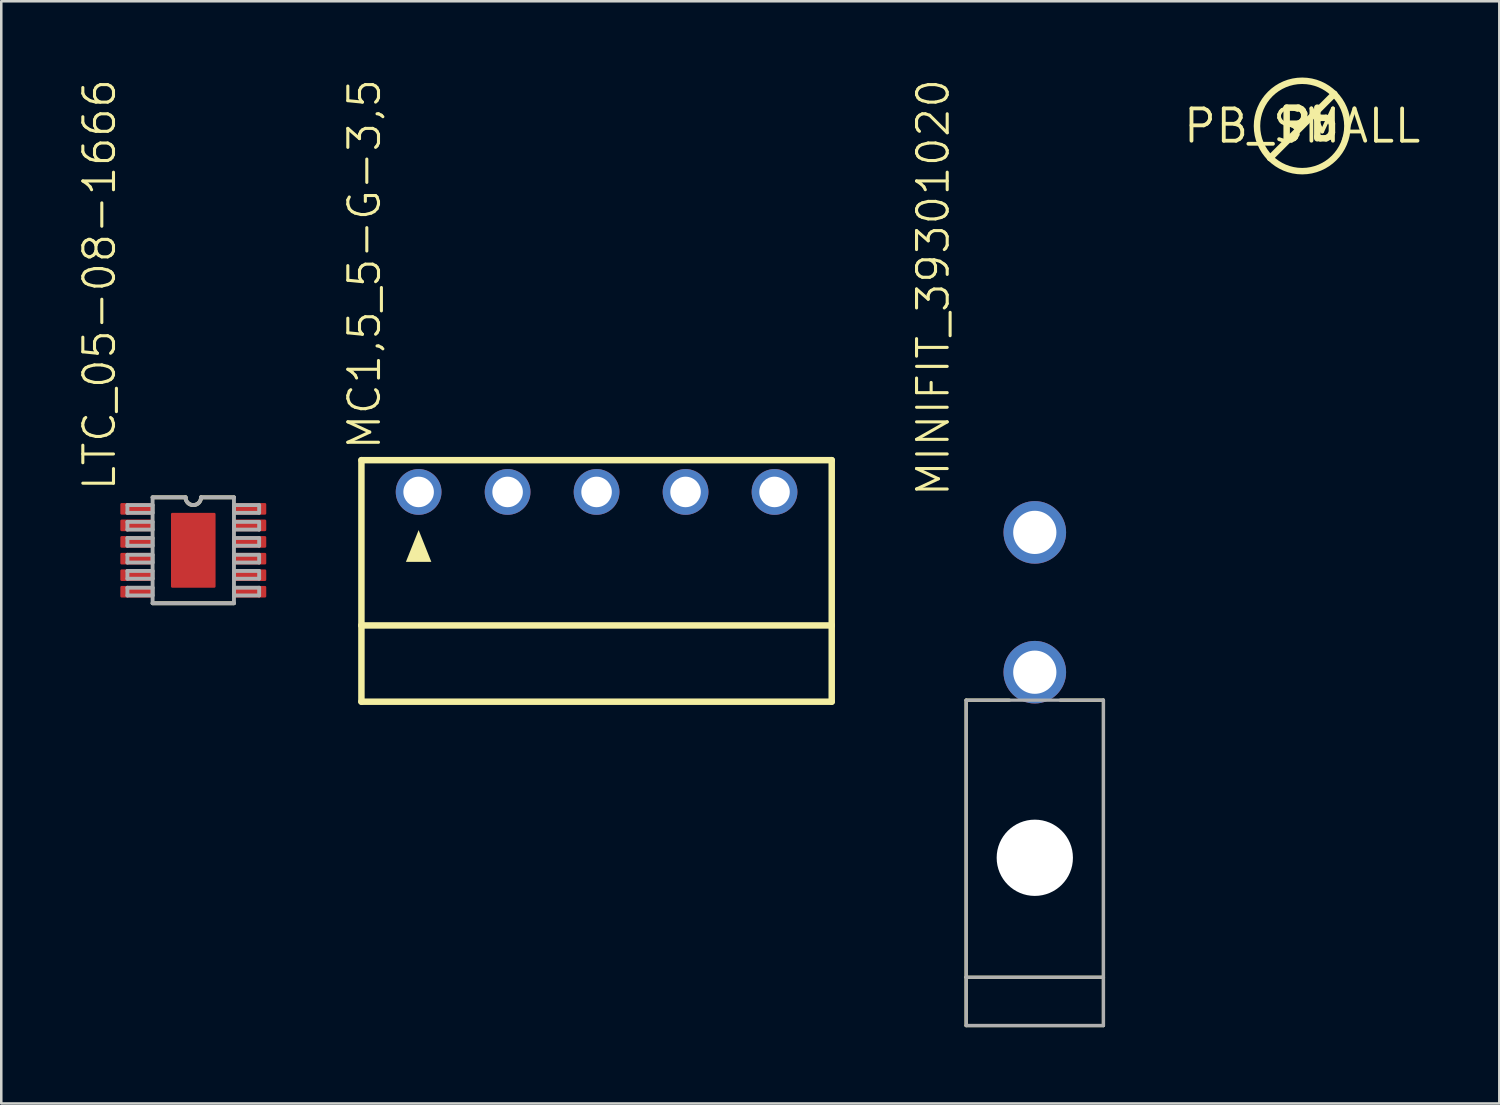
<source format=kicad_pcb>
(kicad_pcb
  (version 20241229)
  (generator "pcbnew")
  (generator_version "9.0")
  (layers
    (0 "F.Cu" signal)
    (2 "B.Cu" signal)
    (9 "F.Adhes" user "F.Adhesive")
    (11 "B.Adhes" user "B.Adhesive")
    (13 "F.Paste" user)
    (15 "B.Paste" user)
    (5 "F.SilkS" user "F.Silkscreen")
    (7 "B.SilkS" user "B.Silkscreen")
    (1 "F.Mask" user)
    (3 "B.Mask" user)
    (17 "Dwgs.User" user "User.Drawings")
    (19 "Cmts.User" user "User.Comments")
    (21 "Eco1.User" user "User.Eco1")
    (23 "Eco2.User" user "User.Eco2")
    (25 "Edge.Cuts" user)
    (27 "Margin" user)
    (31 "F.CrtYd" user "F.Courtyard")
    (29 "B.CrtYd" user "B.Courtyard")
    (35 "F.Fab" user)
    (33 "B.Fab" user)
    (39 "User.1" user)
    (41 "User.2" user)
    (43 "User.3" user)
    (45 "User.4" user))
  (footprint "LTC_05-08-1666"
    (layer "F.Cu")
    (at 4.553 18.596)
    (property "Reference" "LTC_05-08-1666" (at -2.985 -2.273 270) (layer "F.SilkS") (effects (font (size 1.206 1.206) (thickness 0.121)) (justify left bottom)))
    (attr through_hole)
    (fp_line (start -1.6 2.083) (end 1.6 2.083) (stroke (width 0.152) (type solid)) (layer "F.SilkS"))
    (fp_line (start -0.305 -2.083) (end -1.6 -2.083) (stroke (width 0.152) (type solid)) (layer "F.SilkS"))
    (fp_line (start 1.6 -2.083) (end 0.305 -2.083) (stroke (width 0.152) (type solid)) (layer "F.SilkS"))
    (fp_arc (start 0.3048 -2.0828) (mid 0 -1.778) (end -0.3048 -2.0828) (stroke (width 0.1524) (type solid)) (layer "F.SilkS"))
    (fp_line (start -2.591 -1.778) (end -2.591 -1.473) (stroke (width 0.152) (type solid)) (layer "F.Fab"))
    (fp_line (start -2.591 -1.473) (end -1.6 -1.473) (stroke (width 0.152) (type solid)) (layer "F.Fab"))
    (fp_line (start -2.591 -1.118) (end -2.591 -0.813) (stroke (width 0.152) (type solid)) (layer "F.Fab"))
    (fp_line (start -2.591 -0.813) (end -1.6 -0.813) (stroke (width 0.152) (type solid)) (layer "F.Fab"))
    (fp_line (start -2.591 -0.483) (end -2.591 -0.178) (stroke (width 0.152) (type solid)) (layer "F.Fab"))
    (fp_line (start -2.591 -0.178) (end -1.6 -0.178) (stroke (width 0.152) (type solid)) (layer "F.Fab"))
    (fp_line (start -2.591 0.178) (end -2.591 0.483) (stroke (width 0.152) (type solid)) (layer "F.Fab"))
    (fp_line (start -2.591 0.483) (end -1.6 0.483) (stroke (width 0.152) (type solid)) (layer "F.Fab"))
    (fp_line (start -2.591 0.813) (end -2.591 1.118) (stroke (width 0.152) (type solid)) (layer "F.Fab"))
    (fp_line (start -2.591 1.118) (end -1.6 1.118) (stroke (width 0.152) (type solid)) (layer "F.Fab"))
    (fp_line (start -2.591 1.473) (end -2.591 1.778) (stroke (width 0.152) (type solid)) (layer "F.Fab"))
    (fp_line (start -2.591 1.778) (end -1.6 1.778) (stroke (width 0.152) (type solid)) (layer "F.Fab"))
    (fp_line (start -1.6 -2.083) (end -1.6 2.083) (stroke (width 0.152) (type solid)) (layer "F.Fab"))
    (fp_line (start -1.6 -1.778) (end -2.591 -1.778) (stroke (width 0.152) (type solid)) (layer "F.Fab"))
    (fp_line (start -1.6 -1.473) (end -1.6 -1.778) (stroke (width 0.152) (type solid)) (layer "F.Fab"))
    (fp_line (start -1.6 -1.118) (end -2.591 -1.118) (stroke (width 0.152) (type solid)) (layer "F.Fab"))
    (fp_line (start -1.6 -0.813) (end -1.6 -1.118) (stroke (width 0.152) (type solid)) (layer "F.Fab"))
    (fp_line (start -1.6 -0.483) (end -2.591 -0.483) (stroke (width 0.152) (type solid)) (layer "F.Fab"))
    (fp_line (start -1.6 -0.178) (end -1.6 -0.483) (stroke (width 0.152) (type solid)) (layer "F.Fab"))
    (fp_line (start -1.6 0.178) (end -2.591 0.178) (stroke (width 0.152) (type solid)) (layer "F.Fab"))
    (fp_line (start -1.6 0.483) (end -1.6 0.178) (stroke (width 0.152) (type solid)) (layer "F.Fab"))
    (fp_line (start -1.6 0.813) (end -2.591 0.813) (stroke (width 0.152) (type solid)) (layer "F.Fab"))
    (fp_line (start -1.6 1.118) (end -1.6 0.813) (stroke (width 0.152) (type solid)) (layer "F.Fab"))
    (fp_line (start -1.6 1.473) (end -2.591 1.473) (stroke (width 0.152) (type solid)) (layer "F.Fab"))
    (fp_line (start -1.6 1.778) (end -1.6 1.473) (stroke (width 0.152) (type solid)) (layer "F.Fab"))
    (fp_line (start -1.6 2.083) (end 1.6 2.083) (stroke (width 0.152) (type solid)) (layer "F.Fab"))
    (fp_line (start -0.305 -2.083) (end -1.6 -2.083) (stroke (width 0.152) (type solid)) (layer "F.Fab"))
    (fp_line (start 1.6 -2.083) (end 0.305 -2.083) (stroke (width 0.152) (type solid)) (layer "F.Fab"))
    (fp_line (start 1.6 -1.778) (end 1.6 -1.473) (stroke (width 0.152) (type solid)) (layer "F.Fab"))
    (fp_line (start 1.6 -1.473) (end 2.591 -1.473) (stroke (width 0.152) (type solid)) (layer "F.Fab"))
    (fp_line (start 1.6 -1.118) (end 1.6 -0.813) (stroke (width 0.152) (type solid)) (layer "F.Fab"))
    (fp_line (start 1.6 -0.813) (end 2.591 -0.813) (stroke (width 0.152) (type solid)) (layer "F.Fab"))
    (fp_line (start 1.6 -0.483) (end 1.6 -0.178) (stroke (width 0.152) (type solid)) (layer "F.Fab"))
    (fp_line (start 1.6 -0.178) (end 2.591 -0.178) (stroke (width 0.152) (type solid)) (layer "F.Fab"))
    (fp_line (start 1.6 0.178) (end 1.6 0.483) (stroke (width 0.152) (type solid)) (layer "F.Fab"))
    (fp_line (start 1.6 0.483) (end 2.591 0.483) (stroke (width 0.152) (type solid)) (layer "F.Fab"))
    (fp_line (start 1.6 0.813) (end 1.6 1.118) (stroke (width 0.152) (type solid)) (layer "F.Fab"))
    (fp_line (start 1.6 1.118) (end 2.591 1.118) (stroke (width 0.152) (type solid)) (layer "F.Fab"))
    (fp_line (start 1.6 1.473) (end 1.6 1.778) (stroke (width 0.152) (type solid)) (layer "F.Fab"))
    (fp_line (start 1.6 1.778) (end 2.591 1.778) (stroke (width 0.152) (type solid)) (layer "F.Fab"))
    (fp_line (start 1.6 2.083) (end 1.6 -2.083) (stroke (width 0.152) (type solid)) (layer "F.Fab"))
    (fp_line (start 2.591 -1.778) (end 1.6 -1.778) (stroke (width 0.152) (type solid)) (layer "F.Fab"))
    (fp_line (start 2.591 -1.473) (end 2.591 -1.778) (stroke (width 0.152) (type solid)) (layer "F.Fab"))
    (fp_line (start 2.591 -1.118) (end 1.6 -1.118) (stroke (width 0.152) (type solid)) (layer "F.Fab"))
    (fp_line (start 2.591 -0.813) (end 2.591 -1.118) (stroke (width 0.152) (type solid)) (layer "F.Fab"))
    (fp_line (start 2.591 -0.483) (end 1.6 -0.483) (stroke (width 0.152) (type solid)) (layer "F.Fab"))
    (fp_line (start 2.591 -0.178) (end 2.591 -0.483) (stroke (width 0.152) (type solid)) (layer "F.Fab"))
    (fp_line (start 2.591 0.178) (end 1.6 0.178) (stroke (width 0.152) (type solid)) (layer "F.Fab"))
    (fp_line (start 2.591 0.483) (end 2.591 0.178) (stroke (width 0.152) (type solid)) (layer "F.Fab"))
    (fp_line (start 2.591 0.813) (end 1.6 0.813) (stroke (width 0.152) (type solid)) (layer "F.Fab"))
    (fp_line (start 2.591 1.118) (end 2.591 0.813) (stroke (width 0.152) (type solid)) (layer "F.Fab"))
    (fp_line (start 2.591 1.473) (end 1.6 1.473) (stroke (width 0.152) (type solid)) (layer "F.Fab"))
    (fp_line (start 2.591 1.778) (end 2.591 1.473) (stroke (width 0.152) (type solid)) (layer "F.Fab"))
    (fp_arc (start 0.3048 -2.0828) (mid 0 -1.778) (end -0.3048 -2.0828) (stroke (width 0.1524) (type solid)) (layer "F.Fab"))
    (pad "1" smd roundrect (at -2.235 -1.63) (size 1.27 0.457) (layers "F.Cu" "F.Mask" "F.Paste") (roundrect_rratio 0.111))
    (pad "2" smd roundrect (at -2.235 -0.98) (size 1.27 0.457) (layers "F.Cu" "F.Mask" "F.Paste") (roundrect_rratio 0.111))
    (pad "3" smd roundrect (at -2.235 -0.33) (size 1.27 0.457) (layers "F.Cu" "F.Mask" "F.Paste") (roundrect_rratio 0.111))
    (pad "4" smd roundrect (at -2.235 0.33) (size 1.27 0.457) (layers "F.Cu" "F.Mask" "F.Paste") (roundrect_rratio 0.111))
    (pad "5" smd roundrect (at -2.235 0.98) (size 1.27 0.457) (layers "F.Cu" "F.Mask" "F.Paste") (roundrect_rratio 0.111))
    (pad "6" smd roundrect (at -2.235 1.63) (size 1.27 0.457) (layers "F.Cu" "F.Mask" "F.Paste") (roundrect_rratio 0.111))
    (pad "7" smd roundrect (at 2.235 1.63 180) (size 1.27 0.457) (layers "F.Cu" "F.Mask" "F.Paste") (roundrect_rratio 0.111))
    (pad "8" smd roundrect (at 2.235 0.98 180) (size 1.27 0.457) (layers "F.Cu" "F.Mask" "F.Paste") (roundrect_rratio 0.111))
    (pad "9" smd roundrect (at 2.235 0.33 180) (size 1.27 0.457) (layers "F.Cu" "F.Mask" "F.Paste") (roundrect_rratio 0.111))
    (pad "10" smd roundrect (at 2.235 -0.33 180) (size 1.27 0.457) (layers "F.Cu" "F.Mask" "F.Paste") (roundrect_rratio 0.111))
    (pad "11" smd roundrect (at 2.235 -0.98 180) (size 1.27 0.457) (layers "F.Cu" "F.Mask" "F.Paste") (roundrect_rratio 0.111))
    (pad "12" smd roundrect (at 2.235 -1.63 180) (size 1.27 0.457) (layers "F.Cu" "F.Mask" "F.Paste") (roundrect_rratio 0.111))
    (pad "TP" smd roundrect (at 0 0) (size 1.753 2.946) (layers "F.Cu" "F.Mask" "F.Paste") (roundrect_rratio 0.029)))
  (footprint "PB_SMALL"
    (layer "F.Cu")
    (at 48.173 1.905)
    (property "Reference" "PB_SMALL" (at 0 0 0) (layer "F.SilkS") (effects (font (size 1.27 1.27) (thickness 0.15))))
    (attr through_hole)
    (fp_line (start -1.265 1.265) (end 1.265 -1.265) (stroke (width 0.254) (type solid)) (layer "F.SilkS"))
    (fp_circle (center 0 0) (end 1.778 0) (stroke (width 0.254) (type solid)) (fill no) (layer "F.SilkS"))
    (fp_text user "Pb" (at -1.065 0.646 0) (layer "F.SilkS") (effects (font (size 1.206 1.206) (thickness 0.254)) (justify left bottom))))
  (footprint "MINIFIT_39301020"
    (layer "F.Cu")
    (at 37.655 23.392)
    (property "Reference" "MINIFIT_39301020" (at -3.292 -6.84 270) (layer "F.SilkS") (effects (font (size 1.206 1.206) (thickness 0.121)) (justify left bottom)))
    (attr through_hole)
    (fp_line (start -2.7 1.1) (end -2.7 12) (stroke (width 0.127) (type solid)) (layer "F.SilkS"))
    (fp_line (start -2.7 1.1) (end -1 1.1) (stroke (width 0.127) (type solid)) (layer "F.SilkS"))
    (fp_line (start -2.7 12) (end -2.7 13.9) (stroke (width 0.127) (type solid)) (layer "F.SilkS"))
    (fp_line (start 2.7 1.1) (end 1 1.1) (stroke (width 0.127) (type solid)) (layer "F.SilkS"))
    (fp_line (start 2.7 1.1) (end 2.7 12) (stroke (width 0.127) (type solid)) (layer "F.SilkS"))
    (fp_line (start 2.7 12) (end -2.7 12) (stroke (width 0.127) (type solid)) (layer "F.SilkS"))
    (fp_line (start 2.7 12) (end 2.7 13.9) (stroke (width 0.127) (type solid)) (layer "F.SilkS"))
    (fp_line (start 2.7 13.9) (end -2.7 13.9) (stroke (width 0.127) (type solid)) (layer "F.SilkS"))
    (fp_line (start -2.7 1.1) (end -2.7 12) (stroke (width 0.127) (type solid)) (layer "F.Fab"))
    (fp_line (start -2.7 12) (end -2.7 13.9) (stroke (width 0.127) (type solid)) (layer "F.Fab"))
    (fp_line (start 2.7 1.1) (end -2.7 1.1) (stroke (width 0.127) (type solid)) (layer "F.Fab"))
    (fp_line (start 2.7 1.1) (end 2.7 12) (stroke (width 0.127) (type solid)) (layer "F.Fab"))
    (fp_line (start 2.7 12) (end -2.7 12) (stroke (width 0.127) (type solid)) (layer "F.Fab"))
    (fp_line (start 2.7 12) (end 2.7 13.9) (stroke (width 0.127) (type solid)) (layer "F.Fab"))
    (fp_line (start 2.7 13.9) (end -2.7 13.9) (stroke (width 0.127) (type solid)) (layer "F.Fab"))
    (pad "" np_thru_hole circle (at 0 7.3) (size 3 3) (drill 3) (layers "*.Cu" "*.Mask"))
    (pad "1" thru_hole circle (at 0 0) (size 2.462 2.462) (drill 1.7) (layers "*.Cu" "*.Mask"))
    (pad "2" thru_hole circle (at 0 -5.5) (size 2.462 2.462) (drill 1.7) (layers "*.Cu" "*.Mask")))
  (footprint "MC1,5_5-G-3,5"
    (layer "F.Cu")
    (at 20.417 16.301)
    (property "Reference" "MC1,5_5-G-3,5" (at -8.425 -1.587 90) (layer "F.SilkS") (effects (font (size 1.206 1.206) (thickness 0.121)) (justify left bottom)))
    (attr through_hole)
    (fp_line (start -9.25 -1.25) (end 9.25 -1.25) (stroke (width 0.254) (type solid)) (layer "F.SilkS"))
    (fp_line (start -9.25 5.25) (end -9.25 -1.25) (stroke (width 0.254) (type solid)) (layer "F.SilkS"))
    (fp_line (start -9.25 5.25) (end 9.25 5.25) (stroke (width 0.254) (type solid)) (layer "F.SilkS"))
    (fp_line (start -9.25 8.25) (end -9.25 5.25) (stroke (width 0.254) (type solid)) (layer "F.SilkS"))
    (fp_line (start -9.25 8.25) (end 9.25 8.25) (stroke (width 0.254) (type solid)) (layer "F.SilkS"))
    (fp_line (start 9.25 5.25) (end 9.25 -1.25) (stroke (width 0.254) (type solid)) (layer "F.SilkS"))
    (fp_line (start 9.25 8.25) (end 9.25 5.25) (stroke (width 0.254) (type solid)) (layer "F.SilkS"))
    (fp_poly (pts (xy -7 1.5) (xy -7.5 2.75) (xy -6.5 2.75)) (stroke (width 0) (type solid)) (fill yes) (layer "F.SilkS"))
    (pad "1" thru_hole circle (at -7 0) (size 1.8 1.8) (drill 1.2) (layers "*.Cu" "*.Mask"))
    (pad "2" thru_hole circle (at -3.5 0) (size 1.8 1.8) (drill 1.2) (layers "*.Cu" "*.Mask"))
    (pad "3" thru_hole circle (at 0 0) (size 1.8 1.8) (drill 1.2) (layers "*.Cu" "*.Mask"))
    (pad "4" thru_hole circle (at 3.5 0) (size 1.8 1.8) (drill 1.2) (layers "*.Cu" "*.Mask"))
    (pad "5" thru_hole circle (at 7 0) (size 1.8 1.8) (drill 1.2) (layers "*.Cu" "*.Mask")))
  (gr_rect
    (start -3 -3)
    (end 55.927 40.356)
    (stroke (width 0.1) (type default))
    (fill no)
    (layer "Edge.Cuts")))
</source>
